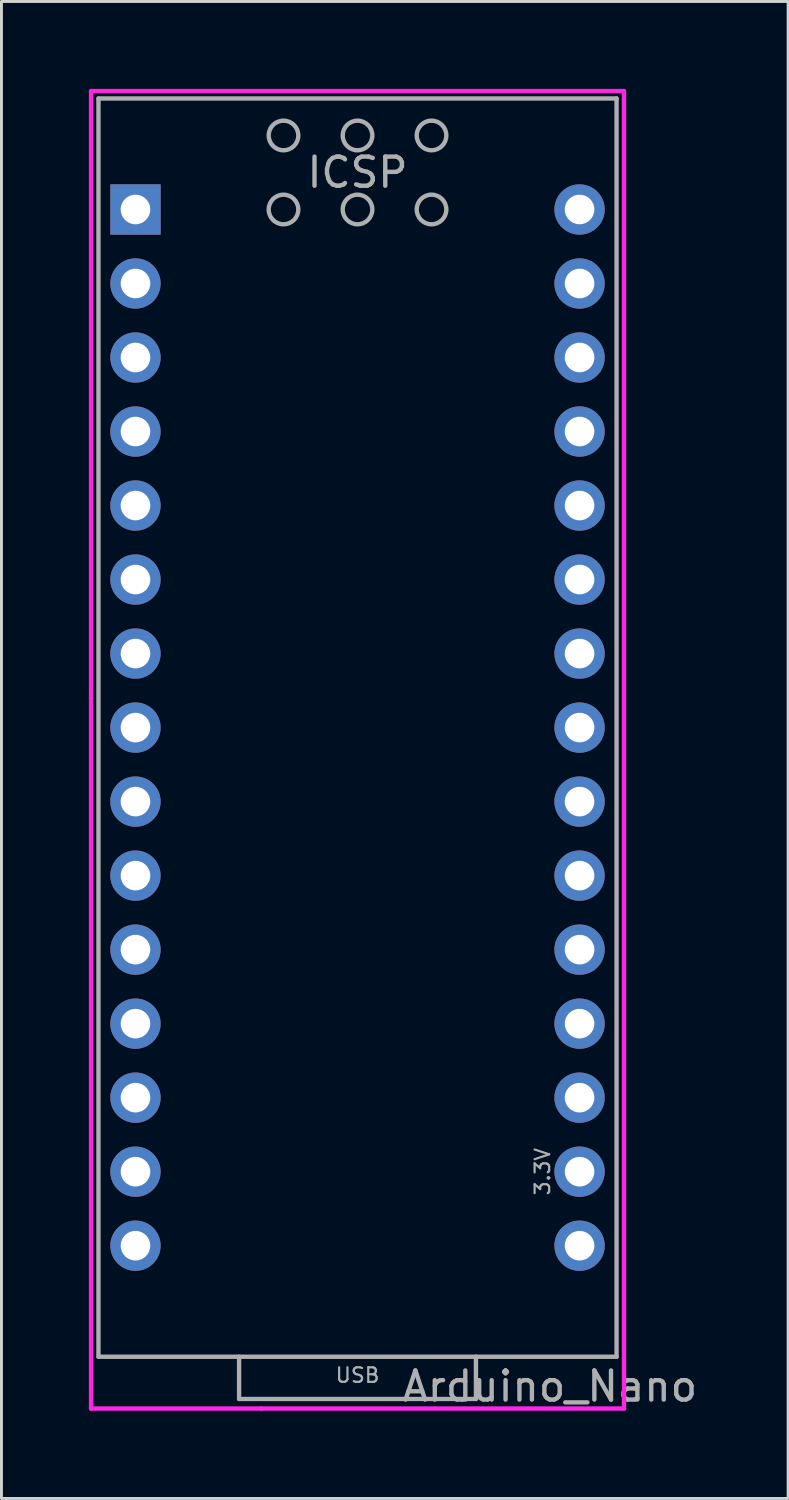
<source format=kicad_pcb>
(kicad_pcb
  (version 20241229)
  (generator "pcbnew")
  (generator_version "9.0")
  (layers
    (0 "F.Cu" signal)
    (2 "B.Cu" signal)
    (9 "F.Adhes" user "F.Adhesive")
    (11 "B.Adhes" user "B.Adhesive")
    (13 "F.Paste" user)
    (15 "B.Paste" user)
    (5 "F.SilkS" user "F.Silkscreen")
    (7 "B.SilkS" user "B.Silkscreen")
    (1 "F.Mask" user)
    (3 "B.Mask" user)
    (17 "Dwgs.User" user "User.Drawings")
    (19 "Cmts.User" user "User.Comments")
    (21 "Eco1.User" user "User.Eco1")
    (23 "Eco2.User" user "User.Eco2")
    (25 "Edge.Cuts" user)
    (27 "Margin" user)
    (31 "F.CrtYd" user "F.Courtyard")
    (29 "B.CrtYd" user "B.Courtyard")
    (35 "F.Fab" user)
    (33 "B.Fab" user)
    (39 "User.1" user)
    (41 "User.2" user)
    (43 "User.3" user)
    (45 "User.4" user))
  (footprint "Arduino_Nano"
    (layer "F.Cu")
    (at 9.219 43.509)
    (property "Reference" "Arduino_Nano" (at 6.604 1.016 0) (layer "F.Fab") (effects (font (size 1 1) (thickness 0.15))))
    (attr through_hole)
    (fp_line (start -9.144 -43.434) (end 9.144 -43.434) (stroke (width 0.15) (type solid)) (layer "F.CrtYd"))
    (fp_line (start -9.144 -22.606) (end -9.144 -43.434) (stroke (width 0.15) (type solid)) (layer "F.CrtYd"))
    (fp_line (start -9.144 1.778) (end -9.144 -22.606) (stroke (width 0.15) (type solid)) (layer "F.CrtYd"))
    (fp_line (start -3.302 1.778) (end -9.144 1.778) (stroke (width 0.15) (type solid)) (layer "F.CrtYd"))
    (fp_line (start 9.144 -43.434) (end 9.144 1.778) (stroke (width 0.15) (type solid)) (layer "F.CrtYd"))
    (fp_line (start 9.144 1.778) (end -3.302 1.778) (stroke (width 0.15) (type solid)) (layer "F.CrtYd"))
    (fp_line (start -8.89 -43.18) (end -8.89 0) (stroke (width 0.15) (type solid)) (layer "F.Fab"))
    (fp_line (start -8.89 -43.18) (end 8.89 -43.18) (stroke (width 0.15) (type solid)) (layer "F.Fab"))
    (fp_line (start -8.89 0) (end 8.89 0) (stroke (width 0.15) (type solid)) (layer "F.Fab"))
    (fp_line (start -4.064 0) (end -4.064 1.45) (stroke (width 0.15) (type solid)) (layer "F.Fab"))
    (fp_line (start -4.064 1.45) (end 4.064 1.45) (stroke (width 0.15) (type solid)) (layer "F.Fab"))
    (fp_line (start 4.064 1.45) (end 4.064 0) (stroke (width 0.15) (type solid)) (layer "F.Fab"))
    (fp_line (start 8.89 -43.18) (end 8.89 0) (stroke (width 0.15) (type solid)) (layer "F.Fab"))
    (fp_circle (center -2.54 -41.91) (end -2.032 -41.91) (stroke (width 0.15) (type solid)) (fill no) (layer "F.Fab"))
    (fp_circle (center -2.54 -39.37) (end -2.032 -39.37) (stroke (width 0.15) (type solid)) (fill no) (layer "F.Fab"))
    (fp_circle (center 0 -41.91) (end 0.508 -41.91) (stroke (width 0.15) (type solid)) (fill no) (layer "F.Fab"))
    (fp_circle (center 0 -39.37) (end 0.508 -39.37) (stroke (width 0.15) (type solid)) (fill no) (layer "F.Fab"))
    (fp_circle (center 2.54 -41.91) (end 3.048 -41.91) (stroke (width 0.15) (type solid)) (fill no) (layer "F.Fab"))
    (fp_circle (center 2.54 -39.37) (end 3.048 -39.37) (stroke (width 0.15) (type solid)) (fill no) (layer "F.Fab"))
    (fp_text user "3.3V" (at 6.35 -6.35 90) (layer "F.Fab") (effects (font (size 0.5 0.5) (thickness 0.075))))
    (fp_text user "ICSP" (at 0 -40.64 0) (layer "F.Fab") (effects (font (size 1 1) (thickness 0.15))))
    (fp_text user "USB" (at 0 0.635 0) (layer "F.Fab") (effects (font (size 0.5 0.5) (thickness 0.075))))
    (pad "3V3" thru_hole circle (at 7.62 -6.35) (size 1.727 1.727) (drill 1.016) (layers "*.Cu" "*.Mask"))
    (pad "5V" thru_hole circle (at 7.62 -31.75) (size 1.727 1.727) (drill 1.016) (layers "*.Cu" "*.Mask"))
    (pad "A0" thru_hole circle (at 7.62 -11.43) (size 1.727 1.727) (drill 1.016) (layers "*.Cu" "*.Mask"))
    (pad "A1" thru_hole circle (at 7.62 -13.97) (size 1.727 1.727) (drill 1.016) (layers "*.Cu" "*.Mask"))
    (pad "A2" thru_hole circle (at 7.62 -16.51) (size 1.727 1.727) (drill 1.016) (layers "*.Cu" "*.Mask"))
    (pad "A3" thru_hole circle (at 7.62 -19.05) (size 1.727 1.727) (drill 1.016) (layers "*.Cu" "*.Mask"))
    (pad "A4" thru_hole circle (at 7.62 -21.59) (size 1.727 1.727) (drill 1.016) (layers "*.Cu" "*.Mask"))
    (pad "A5" thru_hole circle (at 7.62 -24.13) (size 1.727 1.727) (drill 1.016) (layers "*.Cu" "*.Mask"))
    (pad "A6" thru_hole circle (at 7.62 -26.67) (size 1.727 1.727) (drill 1.016) (layers "*.Cu" "*.Mask"))
    (pad "A7" thru_hole circle (at 7.62 -29.21) (size 1.727 1.727) (drill 1.016) (layers "*.Cu" "*.Mask"))
    (pad "AREF" thru_hole circle (at 7.62 -8.89) (size 1.727 1.727) (drill 1.016) (layers "*.Cu" "*.Mask"))
    (pad "D0" thru_hole circle (at -7.62 -36.83) (size 1.727 1.727) (drill 1.016) (layers "*.Cu" "*.Mask"))
    (pad "D1" thru_hole rect (at -7.62 -39.37) (size 1.727 1.727) (drill 1.016) (layers "*.Cu" "*.Mask"))
    (pad "D2" thru_hole circle (at -7.62 -29.21) (size 1.727 1.727) (drill 1.016) (layers "*.Cu" "*.Mask"))
    (pad "D3" thru_hole circle (at -7.62 -26.67) (size 1.727 1.727) (drill 1.016) (layers "*.Cu" "*.Mask"))
    (pad "D4" thru_hole circle (at -7.62 -24.13) (size 1.727 1.727) (drill 1.016) (layers "*.Cu" "*.Mask"))
    (pad "D5" thru_hole circle (at -7.62 -21.59) (size 1.727 1.727) (drill 1.016) (layers "*.Cu" "*.Mask"))
    (pad "D6" thru_hole circle (at -7.62 -19.05) (size 1.727 1.727) (drill 1.016) (layers "*.Cu" "*.Mask"))
    (pad "D7" thru_hole circle (at -7.62 -16.51) (size 1.727 1.727) (drill 1.016) (layers "*.Cu" "*.Mask"))
    (pad "D8" thru_hole circle (at -7.62 -13.97) (size 1.727 1.727) (drill 1.016) (layers "*.Cu" "*.Mask"))
    (pad "D9" thru_hole circle (at -7.62 -11.43) (size 1.727 1.727) (drill 1.016) (layers "*.Cu" "*.Mask"))
    (pad "D10" thru_hole circle (at -7.62 -8.89) (size 1.727 1.727) (drill 1.016) (layers "*.Cu" "*.Mask"))
    (pad "D11" thru_hole circle (at -7.62 -6.35) (size 1.727 1.727) (drill 1.016) (layers "*.Cu" "*.Mask"))
    (pad "D12" thru_hole circle (at -7.62 -3.81) (size 1.727 1.727) (drill 1.016) (layers "*.Cu" "*.Mask"))
    (pad "D13" thru_hole circle (at 7.62 -3.81) (size 1.727 1.727) (drill 1.016) (layers "*.Cu" "*.Mask"))
    (pad "GND1" thru_hole circle (at -7.62 -31.75) (size 1.727 1.727) (drill 1.016) (layers "*.Cu" "*.Mask"))
    (pad "GND2" thru_hole circle (at 7.62 -36.83) (size 1.727 1.727) (drill 1.016) (layers "*.Cu" "*.Mask"))
    (pad "RST1" thru_hole circle (at -7.62 -34.29) (size 1.727 1.727) (drill 1.016) (layers "*.Cu" "*.Mask"))
    (pad "RST2" thru_hole circle (at 7.62 -34.29) (size 1.727 1.727) (drill 1.016) (layers "*.Cu" "*.Mask"))
    (pad "VIN" thru_hole circle (at 7.62 -39.37) (size 1.727 1.727) (drill 1.016) (layers "*.Cu" "*.Mask")))
  (gr_rect
    (start -3 -3)
    (end 23.996 48.373)
    (stroke (width 0.1) (type default))
    (fill no)
    (layer "Edge.Cuts")))
</source>
